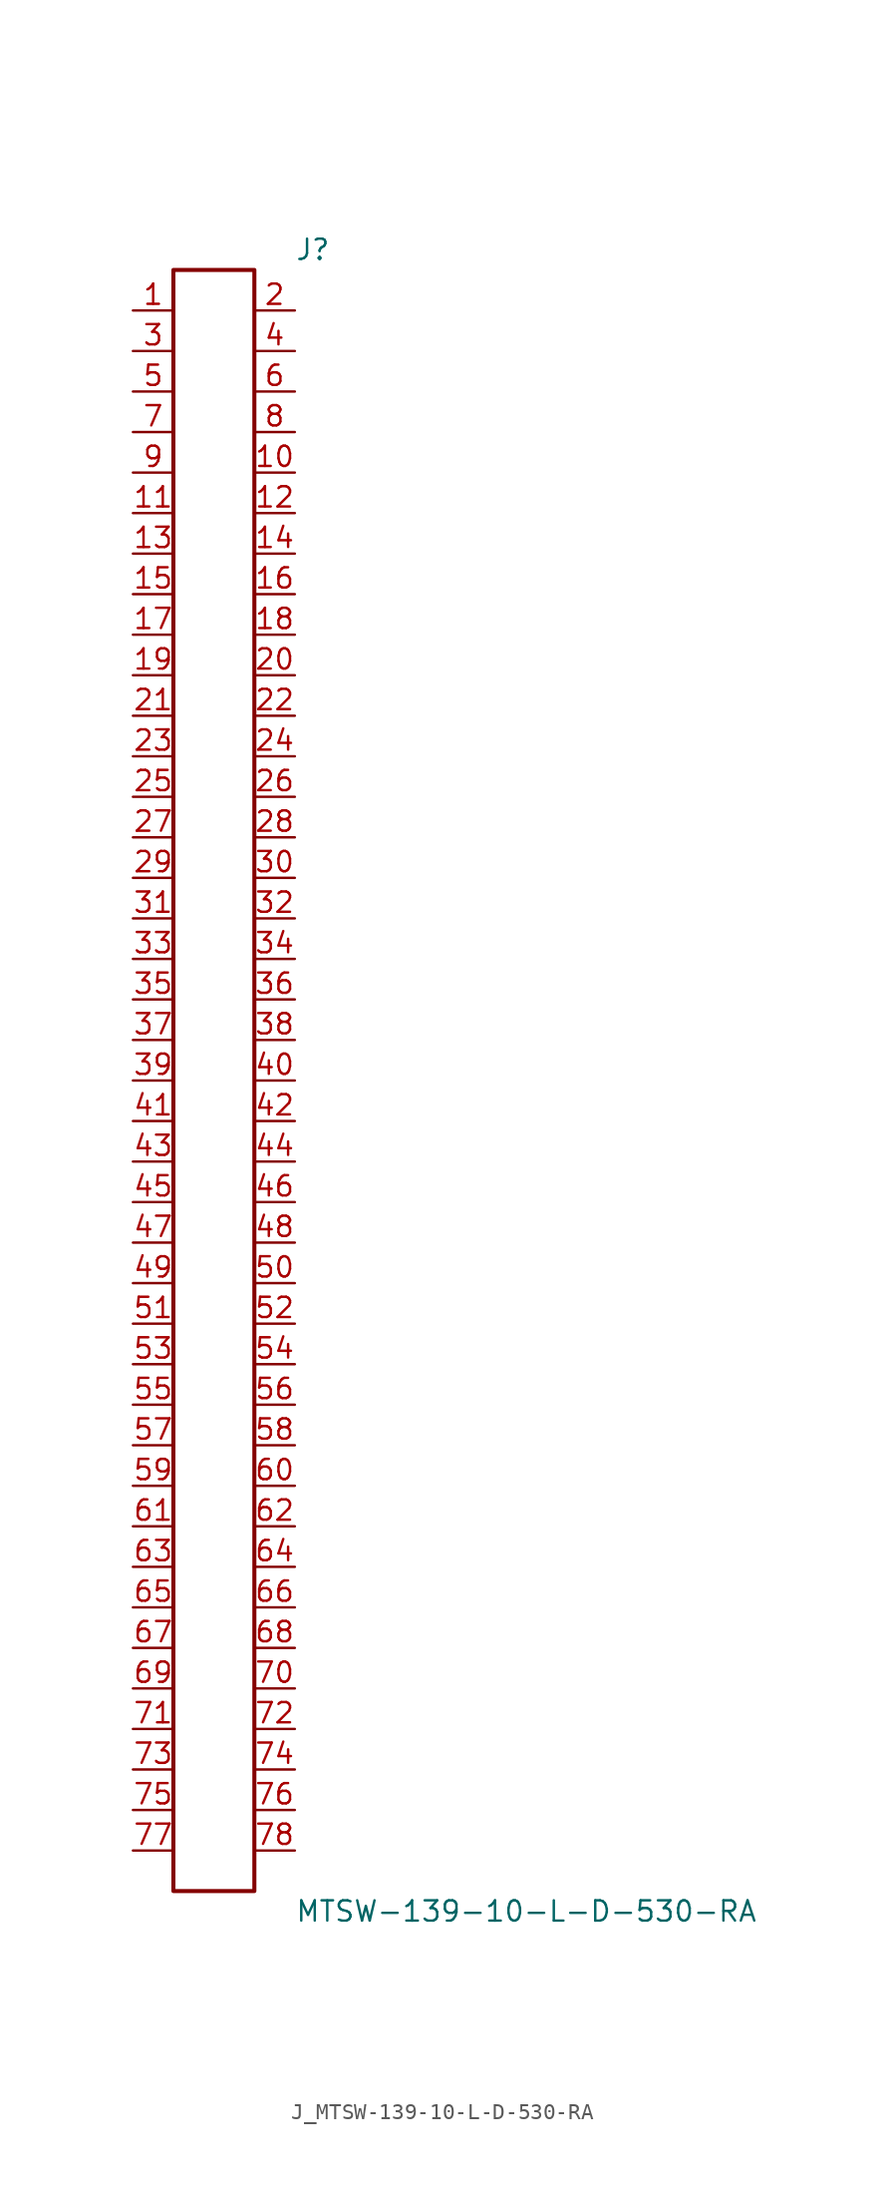
<source format=kicad_sym>
(kicad_symbol_lib
  (version 20231120)
  (generator kicad_symbol_editor)
  (generator_version 8.0)
  (symbol "J_MTSW-139-10-L-D-530-RA"
    (pin_names
      (offset 0.254))
    (property "Reference" "J"
      (at 5.08 52.07 0)
      (effects (font (size 1.27 1.27)) (justify left)))
    (property "Value" "MTSW-139-10-L-D-530-RA"
      (at 5.08 -52.07 0)
      (effects (font (size 1.27 1.27)) (justify left)))
    (symbol "J_MTSW-139-10-L-D-530-RA_0_0"
      (pin passive line (at -5.08 48.26 0) (length 2.54) (name "" (effects (font (size 1.27 1.27)))) (number "1" (effects (font (size 1.27 1.27)))))
      (pin passive line (at 5.08 48.26 180) (length 2.54) (name "" (effects (font (size 1.27 1.27)))) (number "2" (effects (font (size 1.27 1.27)))))
      (pin passive line (at -5.08 45.72 0) (length 2.54) (name "" (effects (font (size 1.27 1.27)))) (number "3" (effects (font (size 1.27 1.27)))))
      (pin passive line (at 5.08 45.72 180) (length 2.54) (name "" (effects (font (size 1.27 1.27)))) (number "4" (effects (font (size 1.27 1.27)))))
      (pin passive line (at -5.08 43.18 0) (length 2.54) (name "" (effects (font (size 1.27 1.27)))) (number "5" (effects (font (size 1.27 1.27)))))
      (pin passive line (at 5.08 43.18 180) (length 2.54) (name "" (effects (font (size 1.27 1.27)))) (number "6" (effects (font (size 1.27 1.27)))))
      (pin passive line (at -5.08 40.64 0) (length 2.54) (name "" (effects (font (size 1.27 1.27)))) (number "7" (effects (font (size 1.27 1.27)))))
      (pin passive line (at 5.08 40.64 180) (length 2.54) (name "" (effects (font (size 1.27 1.27)))) (number "8" (effects (font (size 1.27 1.27)))))
      (pin passive line (at -5.08 38.1 0) (length 2.54) (name "" (effects (font (size 1.27 1.27)))) (number "9" (effects (font (size 1.27 1.27)))))
      (pin passive line (at 5.08 38.1 180) (length 2.54) (name "" (effects (font (size 1.27 1.27)))) (number "10" (effects (font (size 1.27 1.27)))))
      (pin passive line (at -5.08 35.56 0) (length 2.54) (name "" (effects (font (size 1.27 1.27)))) (number "11" (effects (font (size 1.27 1.27)))))
      (pin passive line (at 5.08 35.56 180) (length 2.54) (name "" (effects (font (size 1.27 1.27)))) (number "12" (effects (font (size 1.27 1.27)))))
      (pin passive line (at -5.08 33.02 0) (length 2.54) (name "" (effects (font (size 1.27 1.27)))) (number "13" (effects (font (size 1.27 1.27)))))
      (pin passive line (at 5.08 33.02 180) (length 2.54) (name "" (effects (font (size 1.27 1.27)))) (number "14" (effects (font (size 1.27 1.27)))))
      (pin passive line (at -5.08 30.48 0) (length 2.54) (name "" (effects (font (size 1.27 1.27)))) (number "15" (effects (font (size 1.27 1.27)))))
      (pin passive line (at 5.08 30.48 180) (length 2.54) (name "" (effects (font (size 1.27 1.27)))) (number "16" (effects (font (size 1.27 1.27)))))
      (pin passive line (at -5.08 27.94 0) (length 2.54) (name "" (effects (font (size 1.27 1.27)))) (number "17" (effects (font (size 1.27 1.27)))))
      (pin passive line (at 5.08 27.94 180) (length 2.54) (name "" (effects (font (size 1.27 1.27)))) (number "18" (effects (font (size 1.27 1.27)))))
      (pin passive line (at -5.08 25.4 0) (length 2.54) (name "" (effects (font (size 1.27 1.27)))) (number "19" (effects (font (size 1.27 1.27)))))
      (pin passive line (at 5.08 25.4 180) (length 2.54) (name "" (effects (font (size 1.27 1.27)))) (number "20" (effects (font (size 1.27 1.27)))))
      (pin passive line (at -5.08 22.86 0) (length 2.54) (name "" (effects (font (size 1.27 1.27)))) (number "21" (effects (font (size 1.27 1.27)))))
      (pin passive line (at 5.08 22.86 180) (length 2.54) (name "" (effects (font (size 1.27 1.27)))) (number "22" (effects (font (size 1.27 1.27)))))
      (pin passive line (at -5.08 20.32 0) (length 2.54) (name "" (effects (font (size 1.27 1.27)))) (number "23" (effects (font (size 1.27 1.27)))))
      (pin passive line (at 5.08 20.32 180) (length 2.54) (name "" (effects (font (size 1.27 1.27)))) (number "24" (effects (font (size 1.27 1.27)))))
      (pin passive line (at -5.08 17.78 0) (length 2.54) (name "" (effects (font (size 1.27 1.27)))) (number "25" (effects (font (size 1.27 1.27)))))
      (pin passive line (at 5.08 17.78 180) (length 2.54) (name "" (effects (font (size 1.27 1.27)))) (number "26" (effects (font (size 1.27 1.27)))))
      (pin passive line (at -5.08 15.24 0) (length 2.54) (name "" (effects (font (size 1.27 1.27)))) (number "27" (effects (font (size 1.27 1.27)))))
      (pin passive line (at 5.08 15.24 180) (length 2.54) (name "" (effects (font (size 1.27 1.27)))) (number "28" (effects (font (size 1.27 1.27)))))
      (pin passive line (at -5.08 12.7 0) (length 2.54) (name "" (effects (font (size 1.27 1.27)))) (number "29" (effects (font (size 1.27 1.27)))))
      (pin passive line (at 5.08 12.7 180) (length 2.54) (name "" (effects (font (size 1.27 1.27)))) (number "30" (effects (font (size 1.27 1.27)))))
      (pin passive line (at -5.08 10.16 0) (length 2.54) (name "" (effects (font (size 1.27 1.27)))) (number "31" (effects (font (size 1.27 1.27)))))
      (pin passive line (at 5.08 10.16 180) (length 2.54) (name "" (effects (font (size 1.27 1.27)))) (number "32" (effects (font (size 1.27 1.27)))))
      (pin passive line (at -5.08 7.62 0) (length 2.54) (name "" (effects (font (size 1.27 1.27)))) (number "33" (effects (font (size 1.27 1.27)))))
      (pin passive line (at 5.08 7.62 180) (length 2.54) (name "" (effects (font (size 1.27 1.27)))) (number "34" (effects (font (size 1.27 1.27)))))
      (pin passive line (at -5.08 5.08 0) (length 2.54) (name "" (effects (font (size 1.27 1.27)))) (number "35" (effects (font (size 1.27 1.27)))))
      (pin passive line (at 5.08 5.08 180) (length 2.54) (name "" (effects (font (size 1.27 1.27)))) (number "36" (effects (font (size 1.27 1.27)))))
      (pin passive line (at -5.08 2.54 0) (length 2.54) (name "" (effects (font (size 1.27 1.27)))) (number "37" (effects (font (size 1.27 1.27)))))
      (pin passive line (at 5.08 2.54 180) (length 2.54) (name "" (effects (font (size 1.27 1.27)))) (number "38" (effects (font (size 1.27 1.27)))))
      (pin passive line (at -5.08 0.0 0) (length 2.54) (name "" (effects (font (size 1.27 1.27)))) (number "39" (effects (font (size 1.27 1.27)))))
      (pin passive line (at 5.08 0.0 180) (length 2.54) (name "" (effects (font (size 1.27 1.27)))) (number "40" (effects (font (size 1.27 1.27)))))
      (pin passive line (at -5.08 -2.54 0) (length 2.54) (name "" (effects (font (size 1.27 1.27)))) (number "41" (effects (font (size 1.27 1.27)))))
      (pin passive line (at 5.08 -2.54 180) (length 2.54) (name "" (effects (font (size 1.27 1.27)))) (number "42" (effects (font (size 1.27 1.27)))))
      (pin passive line (at -5.08 -5.08 0) (length 2.54) (name "" (effects (font (size 1.27 1.27)))) (number "43" (effects (font (size 1.27 1.27)))))
      (pin passive line (at 5.08 -5.08 180) (length 2.54) (name "" (effects (font (size 1.27 1.27)))) (number "44" (effects (font (size 1.27 1.27)))))
      (pin passive line (at -5.08 -7.62 0) (length 2.54) (name "" (effects (font (size 1.27 1.27)))) (number "45" (effects (font (size 1.27 1.27)))))
      (pin passive line (at 5.08 -7.62 180) (length 2.54) (name "" (effects (font (size 1.27 1.27)))) (number "46" (effects (font (size 1.27 1.27)))))
      (pin passive line (at -5.08 -10.16 0) (length 2.54) (name "" (effects (font (size 1.27 1.27)))) (number "47" (effects (font (size 1.27 1.27)))))
      (pin passive line (at 5.08 -10.16 180) (length 2.54) (name "" (effects (font (size 1.27 1.27)))) (number "48" (effects (font (size 1.27 1.27)))))
      (pin passive line (at -5.08 -12.7 0) (length 2.54) (name "" (effects (font (size 1.27 1.27)))) (number "49" (effects (font (size 1.27 1.27)))))
      (pin passive line (at 5.08 -12.7 180) (length 2.54) (name "" (effects (font (size 1.27 1.27)))) (number "50" (effects (font (size 1.27 1.27)))))
      (pin passive line (at -5.08 -15.24 0) (length 2.54) (name "" (effects (font (size 1.27 1.27)))) (number "51" (effects (font (size 1.27 1.27)))))
      (pin passive line (at 5.08 -15.24 180) (length 2.54) (name "" (effects (font (size 1.27 1.27)))) (number "52" (effects (font (size 1.27 1.27)))))
      (pin passive line (at -5.08 -17.78 0) (length 2.54) (name "" (effects (font (size 1.27 1.27)))) (number "53" (effects (font (size 1.27 1.27)))))
      (pin passive line (at 5.08 -17.78 180) (length 2.54) (name "" (effects (font (size 1.27 1.27)))) (number "54" (effects (font (size 1.27 1.27)))))
      (pin passive line (at -5.08 -20.32 0) (length 2.54) (name "" (effects (font (size 1.27 1.27)))) (number "55" (effects (font (size 1.27 1.27)))))
      (pin passive line (at 5.08 -20.32 180) (length 2.54) (name "" (effects (font (size 1.27 1.27)))) (number "56" (effects (font (size 1.27 1.27)))))
      (pin passive line (at -5.08 -22.86 0) (length 2.54) (name "" (effects (font (size 1.27 1.27)))) (number "57" (effects (font (size 1.27 1.27)))))
      (pin passive line (at 5.08 -22.86 180) (length 2.54) (name "" (effects (font (size 1.27 1.27)))) (number "58" (effects (font (size 1.27 1.27)))))
      (pin passive line (at -5.08 -25.4 0) (length 2.54) (name "" (effects (font (size 1.27 1.27)))) (number "59" (effects (font (size 1.27 1.27)))))
      (pin passive line (at 5.08 -25.4 180) (length 2.54) (name "" (effects (font (size 1.27 1.27)))) (number "60" (effects (font (size 1.27 1.27)))))
      (pin passive line (at -5.08 -27.94 0) (length 2.54) (name "" (effects (font (size 1.27 1.27)))) (number "61" (effects (font (size 1.27 1.27)))))
      (pin passive line (at 5.08 -27.94 180) (length 2.54) (name "" (effects (font (size 1.27 1.27)))) (number "62" (effects (font (size 1.27 1.27)))))
      (pin passive line (at -5.08 -30.48 0) (length 2.54) (name "" (effects (font (size 1.27 1.27)))) (number "63" (effects (font (size 1.27 1.27)))))
      (pin passive line (at 5.08 -30.48 180) (length 2.54) (name "" (effects (font (size 1.27 1.27)))) (number "64" (effects (font (size 1.27 1.27)))))
      (pin passive line (at -5.08 -33.02 0) (length 2.54) (name "" (effects (font (size 1.27 1.27)))) (number "65" (effects (font (size 1.27 1.27)))))
      (pin passive line (at 5.08 -33.02 180) (length 2.54) (name "" (effects (font (size 1.27 1.27)))) (number "66" (effects (font (size 1.27 1.27)))))
      (pin passive line (at -5.08 -35.56 0) (length 2.54) (name "" (effects (font (size 1.27 1.27)))) (number "67" (effects (font (size 1.27 1.27)))))
      (pin passive line (at 5.08 -35.56 180) (length 2.54) (name "" (effects (font (size 1.27 1.27)))) (number "68" (effects (font (size 1.27 1.27)))))
      (pin passive line (at -5.08 -38.1 0) (length 2.54) (name "" (effects (font (size 1.27 1.27)))) (number "69" (effects (font (size 1.27 1.27)))))
      (pin passive line (at 5.08 -38.1 180) (length 2.54) (name "" (effects (font (size 1.27 1.27)))) (number "70" (effects (font (size 1.27 1.27)))))
      (pin passive line (at -5.08 -40.64 0) (length 2.54) (name "" (effects (font (size 1.27 1.27)))) (number "71" (effects (font (size 1.27 1.27)))))
      (pin passive line (at 5.08 -40.64 180) (length 2.54) (name "" (effects (font (size 1.27 1.27)))) (number "72" (effects (font (size 1.27 1.27)))))
      (pin passive line (at -5.08 -43.18 0) (length 2.54) (name "" (effects (font (size 1.27 1.27)))) (number "73" (effects (font (size 1.27 1.27)))))
      (pin passive line (at 5.08 -43.18 180) (length 2.54) (name "" (effects (font (size 1.27 1.27)))) (number "74" (effects (font (size 1.27 1.27)))))
      (pin passive line (at -5.08 -45.72 0) (length 2.54) (name "" (effects (font (size 1.27 1.27)))) (number "75" (effects (font (size 1.27 1.27)))))
      (pin passive line (at 5.08 -45.72 180) (length 2.54) (name "" (effects (font (size 1.27 1.27)))) (number "76" (effects (font (size 1.27 1.27)))))
      (pin passive line (at -5.08 -48.26 0) (length 2.54) (name "" (effects (font (size 1.27 1.27)))) (number "77" (effects (font (size 1.27 1.27)))))
      (pin passive line (at 5.08 -48.26 180) (length 2.54) (name "" (effects (font (size 1.27 1.27)))) (number "78" (effects (font (size 1.27 1.27))))))
    (symbol "J_MTSW-139-10-L-D-530-RA_1_0"
      (rectangle (start -2.54 50.8) (end 2.54 -50.8) (stroke (width 0.254) (type solid)) (fill (type none))))))
</source>
